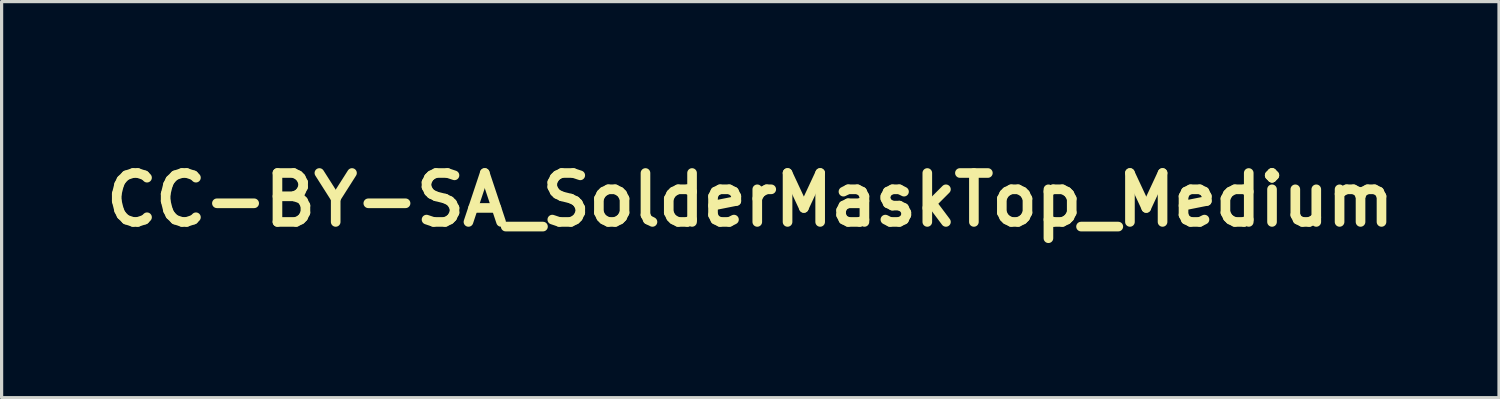
<source format=kicad_pcb>
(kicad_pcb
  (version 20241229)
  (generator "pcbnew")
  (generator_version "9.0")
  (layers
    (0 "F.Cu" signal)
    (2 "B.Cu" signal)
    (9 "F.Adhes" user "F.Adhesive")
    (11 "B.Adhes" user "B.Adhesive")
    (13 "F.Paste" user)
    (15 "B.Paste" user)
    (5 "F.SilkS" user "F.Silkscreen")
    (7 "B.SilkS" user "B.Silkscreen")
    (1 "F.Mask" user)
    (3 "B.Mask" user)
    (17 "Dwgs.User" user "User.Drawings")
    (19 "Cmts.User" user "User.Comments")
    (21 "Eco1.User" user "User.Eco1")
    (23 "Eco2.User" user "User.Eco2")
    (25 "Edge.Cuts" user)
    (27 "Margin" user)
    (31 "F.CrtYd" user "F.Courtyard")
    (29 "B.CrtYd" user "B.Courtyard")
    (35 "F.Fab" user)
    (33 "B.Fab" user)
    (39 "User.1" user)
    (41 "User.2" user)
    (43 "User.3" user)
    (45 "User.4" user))
  (footprint "CC-BY-SA_SolderMaskTop_Medium"
    (layer "F.Cu")
    (at 20.327 3.175)
    (property "Reference" "CC-BY-SA_SolderMaskTop_Medium" (at 0 0 0) (layer "F.SilkS") (effects (font (size 1.524 1.524) (thickness 0.3))))
    (attr through_hole)
    (fp_poly (pts (xy 0.726 -0.984) (xy 0.764 -0.96) (xy 0.798 -0.927) (xy 0.825 -0.888) (xy 0.826 -0.886) (xy 0.84 -0.859) (xy 0.844 0.484) (xy 0.484 0.484) (xy 0.484 2.015) (xy -0.49 2.015) (xy -0.49 0.484) (xy -0.85 0.484) (xy -0.848 -0.188) (xy -0.846 -0.859) (xy -0.832 -0.887) (xy -0.808 -0.924) (xy -0.776 -0.957) (xy -0.739 -0.982) (xy -0.732 -0.985) (xy -0.698 -1.001) (xy 0.691 -1.001) (xy 0.726 -0.984)) (stroke (width 0.01) (type solid)) (fill yes) (layer "F.Mask"))
    (fp_poly (pts (xy 0.036 -2.055) (xy 0.103 -2.048) (xy 0.166 -2.034) (xy 0.222 -2.014) (xy 0.264 -1.992) (xy 0.303 -1.961) (xy 0.34 -1.925) (xy 0.369 -1.887) (xy 0.374 -1.879) (xy 0.396 -1.832) (xy 0.413 -1.776) (xy 0.425 -1.714) (xy 0.432 -1.65) (xy 0.432 -1.585) (xy 0.432 -1.578) (xy 0.422 -1.498) (xy 0.405 -1.428) (xy 0.378 -1.366) (xy 0.344 -1.314) (xy 0.301 -1.27) (xy 0.249 -1.235) (xy 0.188 -1.209) (xy 0.118 -1.19) (xy 0.085 -1.185) (xy 0.026 -1.18) (xy -0.037 -1.18) (xy -0.096 -1.185) (xy -0.096 -1.185) (xy -0.169 -1.2) (xy -0.234 -1.224) (xy -0.289 -1.257) (xy -0.336 -1.298) (xy -0.374 -1.348) (xy -0.403 -1.407) (xy -0.424 -1.475) (xy -0.434 -1.527) (xy -0.439 -1.594) (xy -0.438 -1.661) (xy -0.43 -1.727) (xy -0.416 -1.789) (xy -0.397 -1.844) (xy -0.377 -1.885) (xy -0.352 -1.918) (xy -0.321 -1.951) (xy -0.286 -1.981) (xy -0.27 -1.992) (xy -0.221 -2.018) (xy -0.163 -2.037) (xy -0.099 -2.05) (xy -0.032 -2.056) (xy 0.036 -2.055)) (stroke (width 0.01) (type solid)) (fill yes) (layer "F.Mask"))
    (fp_poly (pts (xy -7.447 -0.994) (xy -7.392 -0.99) (xy -7.344 -0.986) (xy -7.311 -0.981) (xy -7.209 -0.958) (xy -7.114 -0.926) (xy -7.027 -0.885) (xy -6.963 -0.846) (xy -6.897 -0.797) (xy -6.834 -0.739) (xy -6.777 -0.674) (xy -6.727 -0.607) (xy -6.707 -0.576) (xy -6.69 -0.547) (xy -6.792 -0.494) (xy -6.833 -0.472) (xy -6.881 -0.447) (xy -6.93 -0.422) (xy -6.977 -0.397) (xy -6.999 -0.386) (xy -7.105 -0.331) (xy -7.129 -0.375) (xy -7.155 -0.414) (xy -7.188 -0.453) (xy -7.226 -0.49) (xy -7.264 -0.519) (xy -7.289 -0.534) (xy -7.328 -0.553) (xy -7.36 -0.566) (xy -7.39 -0.574) (xy -7.422 -0.578) (xy -7.459 -0.579) (xy -7.472 -0.579) (xy -7.546 -0.573) (xy -7.612 -0.557) (xy -7.671 -0.531) (xy -7.723 -0.495) (xy -7.768 -0.449) (xy -7.805 -0.393) (xy -7.835 -0.327) (xy -7.858 -0.251) (xy -7.873 -0.166) (xy -7.875 -0.144) (xy -7.881 -0.042) (xy -7.879 0.055) (xy -7.867 0.145) (xy -7.848 0.228) (xy -7.82 0.304) (xy -7.783 0.371) (xy -7.75 0.416) (xy -7.72 0.447) (xy -7.681 0.476) (xy -7.636 0.501) (xy -7.593 0.519) (xy -7.571 0.526) (xy -7.552 0.531) (xy -7.532 0.534) (xy -7.508 0.535) (xy -7.476 0.536) (xy -7.46 0.536) (xy -7.408 0.535) (xy -7.365 0.53) (xy -7.328 0.523) (xy -7.293 0.511) (xy -7.262 0.496) (xy -7.207 0.462) (xy -7.158 0.416) (xy -7.115 0.362) (xy -7.087 0.313) (xy -7.077 0.294) (xy -7.069 0.28) (xy -7.066 0.274) (xy -7.06 0.276) (xy -7.045 0.283) (xy -7.022 0.294) (xy -6.993 0.309) (xy -6.958 0.326) (xy -6.921 0.344) (xy -6.882 0.364) (xy -6.843 0.384) (xy -6.805 0.403) (xy -6.771 0.42) (xy -6.741 0.436) (xy -6.717 0.448) (xy -6.701 0.457) (xy -6.695 0.461) (xy -6.691 0.465) (xy -6.69 0.47) (xy -6.694 0.48) (xy -6.702 0.494) (xy -6.716 0.516) (xy -6.727 0.533) (xy -6.777 0.603) (xy -6.827 0.662) (xy -6.88 0.716) (xy -6.94 0.765) (xy -6.98 0.794) (xy -7.046 0.834) (xy -7.12 0.871) (xy -7.197 0.902) (xy -7.275 0.927) (xy -7.333 0.94) (xy -7.365 0.944) (xy -7.406 0.948) (xy -7.452 0.95) (xy -7.501 0.952) (xy -7.549 0.953) (xy -7.592 0.952) (xy -7.628 0.95) (xy -7.638 0.949) (xy -7.746 0.931) (xy -7.848 0.903) (xy -7.944 0.865) (xy -8.033 0.817) (xy -8.114 0.76) (xy -8.187 0.694) (xy -8.252 0.62) (xy -8.308 0.538) (xy -8.354 0.448) (xy -8.386 0.366) (xy -8.414 0.265) (xy -8.433 0.158) (xy -8.442 0.047) (xy -8.443 -0.065) (xy -8.435 -0.175) (xy -8.417 -0.283) (xy -8.39 -0.384) (xy -8.386 -0.397) (xy -8.351 -0.488) (xy -8.307 -0.572) (xy -8.253 -0.65) (xy -8.189 -0.724) (xy -8.113 -0.795) (xy -8.031 -0.856) (xy -7.942 -0.906) (xy -7.847 -0.945) (xy -7.744 -0.975) (xy -7.699 -0.985) (xy -7.661 -0.99) (xy -7.614 -0.993) (xy -7.56 -0.995) (xy -7.504 -0.995) (xy -7.447 -0.994)) (stroke (width 0.01) (type solid)) (fill yes) (layer "F.Mask"))
    (fp_poly (pts (xy -5.599 -0.993) (xy -5.54 -0.988) (xy -5.489 -0.981) (xy -5.487 -0.981) (xy -5.382 -0.957) (xy -5.285 -0.923) (xy -5.195 -0.88) (xy -5.114 -0.828) (xy -5.039 -0.766) (xy -4.972 -0.694) (xy -4.913 -0.615) (xy -4.898 -0.592) (xy -4.887 -0.572) (xy -4.88 -0.558) (xy -4.878 -0.554) (xy -4.882 -0.549) (xy -4.894 -0.54) (xy -4.914 -0.527) (xy -4.944 -0.51) (xy -4.984 -0.488) (xy -5.034 -0.461) (xy -5.079 -0.437) (xy -5.28 -0.331) (xy -5.296 -0.359) (xy -5.336 -0.421) (xy -5.381 -0.472) (xy -5.433 -0.514) (xy -5.493 -0.548) (xy -5.544 -0.568) (xy -5.564 -0.574) (xy -5.588 -0.577) (xy -5.617 -0.579) (xy -5.649 -0.579) (xy -5.72 -0.575) (xy -5.781 -0.562) (xy -5.836 -0.541) (xy -5.885 -0.51) (xy -5.922 -0.478) (xy -5.961 -0.432) (xy -5.994 -0.381) (xy -6.019 -0.324) (xy -6.038 -0.259) (xy -6.051 -0.186) (xy -6.058 -0.103) (xy -6.06 -0.028) (xy -6.057 0.065) (xy -6.048 0.149) (xy -6.031 0.223) (xy -6.008 0.29) (xy -5.978 0.35) (xy -5.94 0.404) (xy -5.918 0.429) (xy -5.871 0.469) (xy -5.818 0.5) (xy -5.76 0.522) (xy -5.698 0.535) (xy -5.635 0.539) (xy -5.571 0.535) (xy -5.509 0.521) (xy -5.45 0.498) (xy -5.395 0.466) (xy -5.351 0.428) (xy -5.333 0.409) (xy -5.314 0.384) (xy -5.295 0.358) (xy -5.277 0.332) (xy -5.264 0.308) (xy -5.255 0.29) (xy -5.252 0.281) (xy -5.249 0.273) (xy -5.246 0.273) (xy -5.24 0.276) (xy -5.224 0.283) (xy -5.2 0.294) (xy -5.17 0.309) (xy -5.135 0.326) (xy -5.096 0.345) (xy -5.056 0.365) (xy -5.016 0.384) (xy -4.978 0.404) (xy -4.942 0.421) (xy -4.912 0.437) (xy -4.887 0.449) (xy -4.87 0.458) (xy -4.863 0.462) (xy -4.862 0.462) (xy -4.864 0.469) (xy -4.872 0.483) (xy -4.884 0.503) (xy -4.9 0.527) (xy -4.917 0.553) (xy -4.936 0.578) (xy -4.953 0.601) (xy -4.957 0.606) (xy -5.028 0.684) (xy -5.108 0.754) (xy -5.194 0.814) (xy -5.286 0.865) (xy -5.384 0.905) (xy -5.484 0.933) (xy -5.572 0.948) (xy -5.615 0.952) (xy -5.666 0.954) (xy -5.72 0.954) (xy -5.773 0.952) (xy -5.817 0.948) (xy -5.925 0.931) (xy -6.027 0.903) (xy -6.123 0.865) (xy -6.212 0.816) (xy -6.294 0.757) (xy -6.36 0.698) (xy -6.425 0.625) (xy -6.48 0.546) (xy -6.526 0.459) (xy -6.562 0.366) (xy -6.59 0.264) (xy -6.608 0.162) (xy -6.612 0.121) (xy -6.614 0.071) (xy -6.616 0.016) (xy -6.616 -0.042) (xy -6.615 -0.098) (xy -6.612 -0.149) (xy -6.608 -0.192) (xy -6.608 -0.199) (xy -6.587 -0.309) (xy -6.557 -0.412) (xy -6.517 -0.509) (xy -6.466 -0.598) (xy -6.406 -0.68) (xy -6.337 -0.754) (xy -6.272 -0.809) (xy -6.2 -0.86) (xy -6.126 -0.903) (xy -6.05 -0.936) (xy -5.967 -0.963) (xy -5.889 -0.981) (xy -5.842 -0.988) (xy -5.786 -0.993) (xy -5.725 -0.995) (xy -5.661 -0.995) (xy -5.599 -0.993)) (stroke (width 0.01) (type solid)) (fill yes) (layer "F.Mask"))
    (fp_poly (pts (xy 6.746 -1.653) (xy 6.892 -1.641) (xy 7.032 -1.619) (xy 7.166 -1.586) (xy 7.293 -1.542) (xy 7.414 -1.488) (xy 7.529 -1.424) (xy 7.637 -1.349) (xy 7.739 -1.264) (xy 7.833 -1.169) (xy 7.892 -1.1) (xy 7.976 -0.986) (xy 8.049 -0.865) (xy 8.111 -0.739) (xy 8.163 -0.606) (xy 8.205 -0.467) (xy 8.235 -0.322) (xy 8.255 -0.172) (xy 8.265 -0.016) (xy 8.264 0.112) (xy 8.254 0.264) (xy 8.234 0.41) (xy 8.204 0.55) (xy 8.164 0.683) (xy 8.112 0.81) (xy 8.051 0.932) (xy 7.991 1.029) (xy 7.906 1.147) (xy 7.814 1.253) (xy 7.716 1.35) (xy 7.611 1.436) (xy 7.5 1.511) (xy 7.382 1.576) (xy 7.257 1.63) (xy 7.126 1.674) (xy 6.988 1.708) (xy 6.871 1.727) (xy 6.836 1.731) (xy 6.791 1.734) (xy 6.741 1.737) (xy 6.688 1.738) (xy 6.634 1.74) (xy 6.582 1.74) (xy 6.535 1.739) (xy 6.496 1.738) (xy 6.477 1.736) (xy 6.343 1.717) (xy 6.215 1.688) (xy 6.093 1.648) (xy 5.977 1.598) (xy 5.866 1.536) (xy 5.832 1.515) (xy 5.728 1.439) (xy 5.633 1.356) (xy 5.548 1.266) (xy 5.473 1.168) (xy 5.408 1.062) (xy 5.352 0.948) (xy 5.306 0.827) (xy 5.27 0.698) (xy 5.249 0.598) (xy 5.245 0.572) (xy 5.24 0.549) (xy 5.237 0.532) (xy 5.237 0.529) (xy 5.234 0.515) (xy 6.028 0.515) (xy 6.028 0.543) (xy 6.03 0.571) (xy 6.035 0.608) (xy 6.044 0.648) (xy 6.054 0.689) (xy 6.066 0.727) (xy 6.072 0.744) (xy 6.105 0.813) (xy 6.147 0.875) (xy 6.2 0.93) (xy 6.262 0.977) (xy 6.332 1.015) (xy 6.392 1.04) (xy 6.435 1.053) (xy 6.474 1.063) (xy 6.513 1.071) (xy 6.555 1.076) (xy 6.601 1.08) (xy 6.656 1.081) (xy 6.707 1.082) (xy 6.762 1.081) (xy 6.807 1.08) (xy 6.845 1.077) (xy 6.879 1.071) (xy 6.909 1.064) (xy 6.94 1.053) (xy 6.973 1.039) (xy 7.001 1.026) (xy 7.075 0.984) (xy 7.143 0.931) (xy 7.206 0.868) (xy 7.263 0.795) (xy 7.314 0.713) (xy 7.358 0.624) (xy 7.395 0.527) (xy 7.423 0.423) (xy 7.425 0.415) (xy 7.446 0.301) (xy 7.459 0.181) (xy 7.465 0.057) (xy 7.463 -0.069) (xy 7.455 -0.193) (xy 7.438 -0.313) (xy 7.416 -0.422) (xy 7.386 -0.524) (xy 7.348 -0.617) (xy 7.303 -0.701) (xy 7.251 -0.774) (xy 7.192 -0.837) (xy 7.126 -0.891) (xy 7.053 -0.934) (xy 6.974 -0.967) (xy 6.929 -0.98) (xy 6.864 -0.992) (xy 6.79 -0.999) (xy 6.712 -1.001) (xy 6.632 -0.996) (xy 6.554 -0.987) (xy 6.48 -0.972) (xy 6.424 -0.956) (xy 6.343 -0.923) (xy 6.272 -0.882) (xy 6.21 -0.832) (xy 6.156 -0.774) (xy 6.112 -0.708) (xy 6.077 -0.637) (xy 6.066 -0.605) (xy 6.054 -0.569) (xy 6.044 -0.533) (xy 6.035 -0.499) (xy 6.03 -0.47) (xy 6.028 -0.451) (xy 6.028 -0.434) (xy 6.136 -0.433) (xy 6.245 -0.431) (xy 5.939 -0.126) (xy 5.634 0.18) (xy 5.327 -0.127) (xy 5.02 -0.434) (xy 5.257 -0.434) (xy 5.265 -0.482) (xy 5.269 -0.506) (xy 5.276 -0.538) (xy 5.284 -0.575) (xy 5.293 -0.612) (xy 5.296 -0.624) (xy 5.334 -0.753) (xy 5.383 -0.875) (xy 5.44 -0.99) (xy 5.507 -1.097) (xy 5.583 -1.195) (xy 5.667 -1.285) (xy 5.76 -1.367) (xy 5.862 -1.439) (xy 5.922 -1.476) (xy 6.026 -1.529) (xy 6.131 -1.572) (xy 6.24 -1.606) (xy 6.354 -1.631) (xy 6.474 -1.647) (xy 6.595 -1.654) (xy 6.746 -1.653)) (stroke (width 0.01) (type solid)) (fill yes) (layer "F.Mask"))
    (fp_poly (pts (xy 0.109 -3.169) (xy 0.189 -3.166) (xy 0.253 -3.163) (xy 0.454 -3.141) (xy 0.65 -3.109) (xy 0.839 -3.066) (xy 1.024 -3.012) (xy 1.202 -2.947) (xy 1.376 -2.871) (xy 1.544 -2.784) (xy 1.707 -2.685) (xy 1.864 -2.575) (xy 2.017 -2.454) (xy 2.071 -2.408) (xy 2.113 -2.369) (xy 2.161 -2.324) (xy 2.211 -2.275) (xy 2.263 -2.222) (xy 2.313 -2.17) (xy 2.36 -2.119) (xy 2.402 -2.073) (xy 2.43 -2.04) (xy 2.552 -1.886) (xy 2.662 -1.727) (xy 2.761 -1.564) (xy 2.848 -1.396) (xy 2.924 -1.223) (xy 2.989 -1.046) (xy 3.043 -0.863) (xy 3.085 -0.674) (xy 3.117 -0.48) (xy 3.138 -0.28) (xy 3.138 -0.279) (xy 3.14 -0.24) (xy 3.142 -0.19) (xy 3.143 -0.134) (xy 3.144 -0.073) (xy 3.144 -0.009) (xy 3.144 0.054) (xy 3.143 0.114) (xy 3.141 0.168) (xy 3.139 0.215) (xy 3.138 0.241) (xy 3.117 0.441) (xy 3.085 0.635) (xy 3.043 0.823) (xy 2.99 1.005) (xy 2.926 1.181) (xy 2.851 1.351) (xy 2.766 1.516) (xy 2.669 1.675) (xy 2.561 1.829) (xy 2.442 1.978) (xy 2.311 2.121) (xy 2.27 2.163) (xy 2.119 2.307) (xy 1.964 2.438) (xy 1.805 2.558) (xy 1.641 2.667) (xy 1.473 2.764) (xy 1.302 2.85) (xy 1.157 2.911) (xy 0.987 2.973) (xy 0.817 3.024) (xy 0.644 3.064) (xy 0.468 3.094) (xy 0.288 3.115) (xy 0.102 3.125) (xy -0.091 3.126) (xy -0.133 3.125) (xy -0.328 3.113) (xy -0.519 3.089) (xy -0.707 3.053) (xy -0.891 3.005) (xy -1.072 2.946) (xy -1.248 2.875) (xy -1.42 2.792) (xy -1.588 2.698) (xy -1.751 2.593) (xy -1.91 2.476) (xy -2.064 2.348) (xy -2.214 2.208) (xy -2.217 2.205) (xy -2.358 2.057) (xy -2.487 1.905) (xy -2.605 1.749) (xy -2.711 1.589) (xy -2.805 1.423) (xy -2.889 1.253) (xy -2.96 1.078) (xy -3.021 0.898) (xy -3.07 0.713) (xy -3.109 0.522) (xy -3.134 0.338) (xy -3.143 0.245) (xy -3.148 0.144) (xy -3.151 0.036) (xy -3.151 0.018) (xy -2.59 0.018) (xy -2.582 0.188) (xy -2.564 0.357) (xy -2.534 0.523) (xy -2.493 0.687) (xy -2.442 0.846) (xy -2.38 1.001) (xy -2.372 1.018) (xy -2.298 1.165) (xy -2.213 1.31) (xy -2.118 1.45) (xy -2.013 1.586) (xy -1.9 1.716) (xy -1.779 1.839) (xy -1.651 1.954) (xy -1.517 2.061) (xy -1.379 2.158) (xy -1.236 2.245) (xy -1.089 2.321) (xy -1.06 2.335) (xy -0.902 2.401) (xy -0.738 2.456) (xy -0.569 2.499) (xy -0.396 2.531) (xy -0.218 2.552) (xy -0.18 2.555) (xy -0.136 2.557) (xy -0.083 2.558) (xy -0.023 2.558) (xy 0.04 2.558) (xy 0.104 2.556) (xy 0.166 2.554) (xy 0.222 2.551) (xy 0.271 2.547) (xy 0.285 2.545) (xy 0.461 2.521) (xy 0.631 2.485) (xy 0.797 2.438) (xy 0.958 2.38) (xy 1.115 2.31) (xy 1.268 2.229) (xy 1.417 2.136) (xy 1.563 2.031) (xy 1.634 1.974) (xy 1.774 1.853) (xy 1.902 1.727) (xy 2.019 1.598) (xy 2.124 1.464) (xy 2.218 1.325) (xy 2.302 1.181) (xy 2.374 1.032) (xy 2.436 0.877) (xy 2.445 0.853) (xy 2.491 0.703) (xy 2.528 0.547) (xy 2.555 0.386) (xy 2.574 0.22) (xy 2.583 0.053) (xy 2.582 -0.114) (xy 2.572 -0.281) (xy 2.553 -0.445) (xy 2.524 -0.604) (xy 2.505 -0.682) (xy 2.457 -0.848) (xy 2.399 -1.009) (xy 2.329 -1.164) (xy 2.248 -1.314) (xy 2.157 -1.459) (xy 2.053 -1.6) (xy 1.939 -1.736) (xy 1.813 -1.868) (xy 1.686 -1.986) (xy 1.557 -2.093) (xy 1.425 -2.189) (xy 1.288 -2.275) (xy 1.146 -2.351) (xy 0.998 -2.419) (xy 0.908 -2.454) (xy 0.764 -2.502) (xy 0.612 -2.541) (xy 0.455 -2.572) (xy 0.293 -2.593) (xy 0.129 -2.605) (xy -0.037 -2.608) (xy -0.203 -2.601) (xy -0.366 -2.585) (xy -0.502 -2.564) (xy -0.673 -2.526) (xy -0.838 -2.477) (xy -0.998 -2.417) (xy -1.153 -2.346) (xy -1.303 -2.263) (xy -1.448 -2.169) (xy -1.477 -2.148) (xy -1.609 -2.046) (xy -1.735 -1.935) (xy -1.856 -1.815) (xy -1.97 -1.688) (xy -2.076 -1.555) (xy -2.174 -1.416) (xy -2.262 -1.274) (xy -2.34 -1.129) (xy -2.406 -0.983) (xy -2.408 -0.977) (xy -2.466 -0.819) (xy -2.513 -0.657) (xy -2.549 -0.491) (xy -2.573 -0.322) (xy -2.587 -0.153) (xy -2.59 0.018) (xy -3.151 0.018) (xy -3.15 -0.075) (xy -3.147 -0.185) (xy -3.141 -0.292) (xy -3.133 -0.393) (xy -3.122 -0.484) (xy -3.088 -0.678) (xy -3.043 -0.866) (xy -2.987 -1.05) (xy -2.919 -1.23) (xy -2.84 -1.404) (xy -2.749 -1.574) (xy -2.647 -1.74) (xy -2.533 -1.902) (xy -2.407 -2.059) (xy -2.386 -2.084) (xy -2.251 -2.232) (xy -2.109 -2.37) (xy -1.961 -2.497) (xy -1.807 -2.614) (xy -1.647 -2.72) (xy -1.482 -2.816) (xy -1.312 -2.9) (xy -1.137 -2.973) (xy -0.957 -3.035) (xy -0.773 -3.085) (xy -0.585 -3.124) (xy -0.403 -3.15) (xy -0.329 -3.157) (xy -0.247 -3.162) (xy -0.159 -3.166) (xy -0.068 -3.169) (xy 0.022 -3.17) (xy 0.109 -3.169)) (stroke (width 0.01) (type solid)) (fill yes) (layer "F.Mask"))
    (fp_poly (pts (xy -6.544 -3.168) (xy -6.487 -3.166) (xy -6.437 -3.165) (xy -6.411 -3.163) (xy -6.211 -3.143) (xy -6.017 -3.112) (xy -5.828 -3.07) (xy -5.644 -3.017) (xy -5.466 -2.953) (xy -5.292 -2.878) (xy -5.124 -2.791) (xy -4.959 -2.692) (xy -4.924 -2.669) (xy -4.837 -2.611) (xy -4.757 -2.553) (xy -4.681 -2.494) (xy -4.607 -2.432) (xy -4.532 -2.364) (xy -4.454 -2.289) (xy -4.412 -2.248) (xy -4.34 -2.175) (xy -4.276 -2.107) (xy -4.219 -2.041) (xy -4.165 -1.976) (xy -4.113 -1.909) (xy -4.072 -1.852) (xy -3.965 -1.691) (xy -3.868 -1.523) (xy -3.783 -1.351) (xy -3.708 -1.172) (xy -3.645 -0.989) (xy -3.593 -0.801) (xy -3.553 -0.608) (xy -3.523 -0.411) (xy -3.51 -0.271) (xy -3.508 -0.231) (xy -3.506 -0.182) (xy -3.505 -0.125) (xy -3.504 -0.064) (xy -3.504 -0.002) (xy -3.504 0.06) (xy -3.505 0.119) (xy -3.507 0.171) (xy -3.509 0.215) (xy -3.51 0.233) (xy -3.532 0.435) (xy -3.564 0.631) (xy -3.608 0.822) (xy -3.663 1.008) (xy -3.729 1.188) (xy -3.806 1.362) (xy -3.894 1.532) (xy -3.942 1.614) (xy -4.031 1.751) (xy -4.131 1.887) (xy -4.242 2.019) (xy -4.362 2.148) (xy -4.49 2.272) (xy -4.625 2.39) (xy -4.757 2.494) (xy -4.914 2.603) (xy -5.079 2.704) (xy -5.25 2.795) (xy -5.426 2.876) (xy -5.607 2.946) (xy -5.79 3.006) (xy -5.964 3.051) (xy -6.145 3.086) (xy -6.328 3.11) (xy -6.515 3.123) (xy -6.707 3.126) (xy -6.778 3.125) (xy -6.969 3.112) (xy -7.158 3.088) (xy -7.344 3.052) (xy -7.528 3.004) (xy -7.71 2.943) (xy -7.89 2.87) (xy -8.021 2.809) (xy -8.193 2.718) (xy -8.359 2.617) (xy -8.517 2.506) (xy -8.669 2.386) (xy -8.813 2.258) (xy -8.948 2.122) (xy -9.076 1.978) (xy -9.194 1.827) (xy -9.303 1.669) (xy -9.402 1.506) (xy -9.491 1.337) (xy -9.569 1.163) (xy -9.636 0.985) (xy -9.689 0.814) (xy -9.725 0.672) (xy -9.753 0.533) (xy -9.774 0.394) (xy -9.788 0.253) (xy -9.796 0.105) (xy -9.798 -0.025) (xy -9.796 -0.108) (xy -9.237 -0.108) (xy -9.237 0.067) (xy -9.224 0.242) (xy -9.218 0.301) (xy -9.189 0.471) (xy -9.149 0.638) (xy -9.098 0.803) (xy -9.034 0.965) (xy -8.96 1.123) (xy -8.875 1.275) (xy -8.78 1.423) (xy -8.675 1.564) (xy -8.56 1.698) (xy -8.538 1.721) (xy -8.419 1.842) (xy -8.297 1.952) (xy -8.171 2.051) (xy -8.04 2.142) (xy -7.902 2.224) (xy -7.756 2.3) (xy -7.756 2.301) (xy -7.595 2.372) (xy -7.432 2.432) (xy -7.268 2.479) (xy -7.1 2.515) (xy -6.929 2.539) (xy -6.754 2.552) (xy -6.663 2.554) (xy -6.619 2.554) (xy -6.572 2.553) (xy -6.525 2.552) (xy -6.485 2.55) (xy -6.468 2.549) (xy -6.289 2.529) (xy -6.114 2.498) (xy -5.941 2.454) (xy -5.772 2.4) (xy -5.608 2.335) (xy -5.448 2.258) (xy -5.294 2.172) (xy -5.145 2.075) (xy -5.003 1.968) (xy -4.868 1.851) (xy -4.74 1.726) (xy -4.62 1.591) (xy -4.518 1.461) (xy -4.431 1.333) (xy -4.352 1.195) (xy -4.281 1.051) (xy -4.22 0.9) (xy -4.168 0.745) (xy -4.127 0.586) (xy -4.124 0.571) (xy -4.098 0.428) (xy -4.079 0.279) (xy -4.068 0.126) (xy -4.064 -0.028) (xy -4.069 -0.18) (xy -4.08 -0.329) (xy -4.1 -0.47) (xy -4.102 -0.484) (xy -4.14 -0.66) (xy -4.189 -0.832) (xy -4.249 -0.998) (xy -4.32 -1.158) (xy -4.402 -1.313) (xy -4.495 -1.462) (xy -4.598 -1.605) (xy -4.712 -1.742) (xy -4.837 -1.872) (xy -4.972 -1.995) (xy -5.032 -2.046) (xy -5.175 -2.154) (xy -5.321 -2.25) (xy -5.473 -2.335) (xy -5.629 -2.409) (xy -5.789 -2.47) (xy -5.955 -2.521) (xy -6.125 -2.56) (xy -6.198 -2.573) (xy -6.36 -2.594) (xy -6.528 -2.606) (xy -6.697 -2.608) (xy -6.865 -2.6) (xy -7.031 -2.583) (xy -7.115 -2.57) (xy -7.286 -2.535) (xy -7.453 -2.489) (xy -7.614 -2.431) (xy -7.769 -2.362) (xy -7.92 -2.282) (xy -8.066 -2.191) (xy -8.206 -2.088) (xy -8.223 -2.075) (xy -8.329 -1.985) (xy -8.434 -1.885) (xy -8.537 -1.779) (xy -8.633 -1.669) (xy -8.707 -1.575) (xy -8.812 -1.427) (xy -8.905 -1.274) (xy -8.988 -1.117) (xy -9.058 -0.955) (xy -9.118 -0.791) (xy -9.165 -0.624) (xy -9.201 -0.454) (xy -9.225 -0.282) (xy -9.237 -0.108) (xy -9.796 -0.108) (xy -9.794 -0.193) (xy -9.783 -0.353) (xy -9.763 -0.509) (xy -9.735 -0.663) (xy -9.698 -0.817) (xy -9.651 -0.974) (xy -9.637 -1.017) (xy -9.573 -1.19) (xy -9.501 -1.357) (xy -9.42 -1.517) (xy -9.328 -1.674) (xy -9.226 -1.827) (xy -9.113 -1.978) (xy -9.037 -2.071) (xy -9.001 -2.112) (xy -8.958 -2.158) (xy -8.91 -2.208) (xy -8.858 -2.261) (xy -8.804 -2.313) (xy -8.752 -2.364) (xy -8.701 -2.41) (xy -8.655 -2.451) (xy -8.631 -2.471) (xy -8.479 -2.591) (xy -8.325 -2.698) (xy -8.167 -2.794) (xy -8.005 -2.878) (xy -7.839 -2.952) (xy -7.668 -3.015) (xy -7.491 -3.067) (xy -7.308 -3.109) (xy -7.117 -3.141) (xy -7.02 -3.154) (xy -6.98 -3.157) (xy -6.93 -3.16) (xy -6.872 -3.163) (xy -6.809 -3.165) (xy -6.742 -3.167) (xy -6.674 -3.168) (xy -6.607 -3.168) (xy -6.544 -3.168)) (stroke (width 0.01) (type solid)) (fill yes) (layer "F.Mask"))
    (fp_poly (pts (xy 6.771 -3.149) (xy 6.828 -3.148) (xy 6.878 -3.146) (xy 6.904 -3.144) (xy 7.104 -3.124) (xy 7.299 -3.093) (xy 7.488 -3.051) (xy 7.672 -2.998) (xy 7.85 -2.934) (xy 8.023 -2.858) (xy 8.192 -2.772) (xy 8.355 -2.674) (xy 8.514 -2.564) (xy 8.668 -2.443) (xy 8.673 -2.44) (xy 8.812 -2.317) (xy 8.944 -2.187) (xy 9.069 -2.05) (xy 9.185 -1.909) (xy 9.291 -1.765) (xy 9.312 -1.733) (xy 9.413 -1.571) (xy 9.502 -1.405) (xy 9.581 -1.234) (xy 9.648 -1.059) (xy 9.704 -0.878) (xy 9.749 -0.691) (xy 9.783 -0.499) (xy 9.806 -0.302) (xy 9.811 -0.243) (xy 9.813 -0.202) (xy 9.814 -0.15) (xy 9.815 -0.092) (xy 9.816 -0.028) (xy 9.815 0.038) (xy 9.814 0.106) (xy 9.813 0.172) (xy 9.81 0.234) (xy 9.808 0.29) (xy 9.805 0.338) (xy 9.801 0.375) (xy 9.774 0.575) (xy 9.735 0.768) (xy 9.687 0.954) (xy 9.627 1.134) (xy 9.557 1.307) (xy 9.477 1.475) (xy 9.385 1.638) (xy 9.282 1.794) (xy 9.169 1.946) (xy 9.044 2.093) (xy 8.924 2.219) (xy 8.774 2.36) (xy 8.62 2.49) (xy 8.461 2.609) (xy 8.297 2.716) (xy 8.128 2.811) (xy 7.954 2.896) (xy 7.775 2.969) (xy 7.591 3.03) (xy 7.402 3.081) (xy 7.207 3.12) (xy 7.014 3.148) (xy 6.976 3.151) (xy 6.929 3.154) (xy 6.873 3.156) (xy 6.811 3.158) (xy 6.746 3.159) (xy 6.679 3.16) (xy 6.612 3.16) (xy 6.547 3.16) (xy 6.487 3.159) (xy 6.434 3.158) (xy 6.39 3.155) (xy 6.366 3.154) (xy 6.171 3.13) (xy 5.984 3.096) (xy 5.803 3.051) (xy 5.627 2.996) (xy 5.455 2.93) (xy 5.287 2.853) (xy 5.129 2.769) (xy 4.97 2.671) (xy 4.815 2.563) (xy 4.665 2.445) (xy 4.521 2.319) (xy 4.384 2.184) (xy 4.255 2.043) (xy 4.135 1.896) (xy 4.024 1.744) (xy 3.924 1.587) (xy 3.872 1.495) (xy 3.791 1.338) (xy 3.721 1.179) (xy 3.661 1.018) (xy 3.611 0.852) (xy 3.57 0.68) (xy 3.537 0.501) (xy 3.522 0.385) (xy 3.517 0.34) (xy 3.513 0.285) (xy 3.51 0.223) (xy 3.507 0.155) (xy 3.506 0.084) (xy 3.505 0.041) (xy 4.068 0.041) (xy 4.069 0.104) (xy 4.07 0.162) (xy 4.072 0.211) (xy 4.074 0.233) (xy 4.095 0.409) (xy 4.127 0.58) (xy 4.169 0.746) (xy 4.223 0.907) (xy 4.289 1.063) (xy 4.365 1.214) (xy 4.453 1.361) (xy 4.553 1.504) (xy 4.664 1.644) (xy 4.788 1.779) (xy 4.825 1.817) (xy 4.903 1.894) (xy 4.978 1.962) (xy 5.052 2.025) (xy 5.127 2.085) (xy 5.137 2.092) (xy 5.284 2.195) (xy 5.434 2.285) (xy 5.588 2.364) (xy 5.747 2.432) (xy 5.91 2.488) (xy 6.078 2.532) (xy 6.249 2.564) (xy 6.425 2.585) (xy 6.605 2.594) (xy 6.789 2.592) (xy 6.899 2.585) (xy 7.072 2.565) (xy 7.242 2.533) (xy 7.409 2.49) (xy 7.573 2.434) (xy 7.733 2.367) (xy 7.889 2.288) (xy 8.04 2.198) (xy 8.083 2.17) (xy 8.17 2.11) (xy 8.251 2.049) (xy 8.33 1.985) (xy 8.408 1.915) (xy 8.488 1.839) (xy 8.545 1.782) (xy 8.639 1.683) (xy 8.722 1.587) (xy 8.797 1.491) (xy 8.865 1.393) (xy 8.927 1.292) (xy 8.985 1.184) (xy 9.016 1.121) (xy 9.069 1.003) (xy 9.114 0.885) (xy 9.152 0.764) (xy 9.185 0.638) (xy 9.212 0.506) (xy 9.234 0.364) (xy 9.238 0.332) (xy 9.242 0.294) (xy 9.245 0.246) (xy 9.247 0.19) (xy 9.249 0.128) (xy 9.249 0.062) (xy 9.25 -0.005) (xy 9.249 -0.072) (xy 9.248 -0.136) (xy 9.246 -0.196) (xy 9.244 -0.249) (xy 9.24 -0.293) (xy 9.238 -0.316) (xy 9.218 -0.45) (xy 9.194 -0.575) (xy 9.167 -0.693) (xy 9.134 -0.807) (xy 9.095 -0.92) (xy 9.078 -0.964) (xy 9.062 -1.003) (xy 9.041 -1.05) (xy 9.016 -1.102) (xy 8.989 -1.156) (xy 8.961 -1.21) (xy 8.934 -1.261) (xy 8.909 -1.306) (xy 8.888 -1.341) (xy 8.827 -1.434) (xy 8.764 -1.521) (xy 8.698 -1.605) (xy 8.625 -1.689) (xy 8.545 -1.776) (xy 8.52 -1.801) (xy 8.422 -1.898) (xy 8.326 -1.986) (xy 8.231 -2.065) (xy 8.135 -2.136) (xy 8.037 -2.202) (xy 7.934 -2.263) (xy 7.825 -2.321) (xy 7.804 -2.332) (xy 7.686 -2.387) (xy 7.569 -2.435) (xy 7.451 -2.475) (xy 7.331 -2.509) (xy 7.204 -2.537) (xy 7.069 -2.561) (xy 7.014 -2.569) (xy 6.986 -2.572) (xy 6.96 -2.575) (xy 6.935 -2.578) (xy 6.909 -2.579) (xy 6.879 -2.581) (xy 6.844 -2.582) (xy 6.803 -2.582) (xy 6.754 -2.582) (xy 6.695 -2.583) (xy 6.666 -2.583) (xy 6.602 -2.583) (xy 6.549 -2.582) (xy 6.505 -2.582) (xy 6.468 -2.581) (xy 6.437 -2.58) (xy 6.409 -2.578) (xy 6.383 -2.576) (xy 6.358 -2.574) (xy 6.331 -2.57) (xy 6.316 -2.568) (xy 6.14 -2.539) (xy 5.971 -2.5) (xy 5.808 -2.451) (xy 5.652 -2.391) (xy 5.502 -2.321) (xy 5.357 -2.24) (xy 5.216 -2.148) (xy 5.079 -2.044) (xy 4.946 -1.929) (xy 4.856 -1.842) (xy 4.725 -1.704) (xy 4.607 -1.561) (xy 4.5 -1.415) (xy 4.405 -1.265) (xy 4.322 -1.111) (xy 4.25 -0.953) (xy 4.19 -0.791) (xy 4.142 -0.624) (xy 4.105 -0.454) (xy 4.08 -0.279) (xy 4.077 -0.248) (xy 4.074 -0.203) (xy 4.071 -0.149) (xy 4.069 -0.088) (xy 4.068 -0.024) (xy 4.068 0.041) (xy 3.505 0.041) (xy 3.504 0.013) (xy 3.504 -0.056) (xy 3.505 -0.121) (xy 3.506 -0.179) (xy 3.509 -0.229) (xy 3.509 -0.236) (xy 3.53 -0.434) (xy 3.562 -0.627) (xy 3.605 -0.814) (xy 3.659 -0.997) (xy 3.725 -1.175) (xy 3.802 -1.349) (xy 3.89 -1.518) (xy 3.99 -1.684) (xy 4.059 -1.786) (xy 4.18 -1.948) (xy 4.31 -2.102) (xy 4.448 -2.248) (xy 4.594 -2.384) (xy 4.748 -2.511) (xy 4.908 -2.628) (xy 4.959 -2.663) (xy 5.118 -2.76) (xy 5.28 -2.846) (xy 5.445 -2.921) (xy 5.615 -2.986) (xy 5.79 -3.04) (xy 5.972 -3.084) (xy 6.16 -3.117) (xy 6.294 -3.135) (xy 6.334 -3.139) (xy 6.384 -3.142) (xy 6.442 -3.144) (xy 6.506 -3.147) (xy 6.573 -3.148) (xy 6.641 -3.149) (xy 6.708 -3.149) (xy 6.771 -3.149)) (stroke (width 0.01) (type solid)) (fill yes) (layer "F.Mask")))
  (gr_rect
    (start -3 -3)
    (end 43.655 9.34)
    (stroke (width 0.1) (type default))
    (fill no)
    (layer "Edge.Cuts")))
</source>
